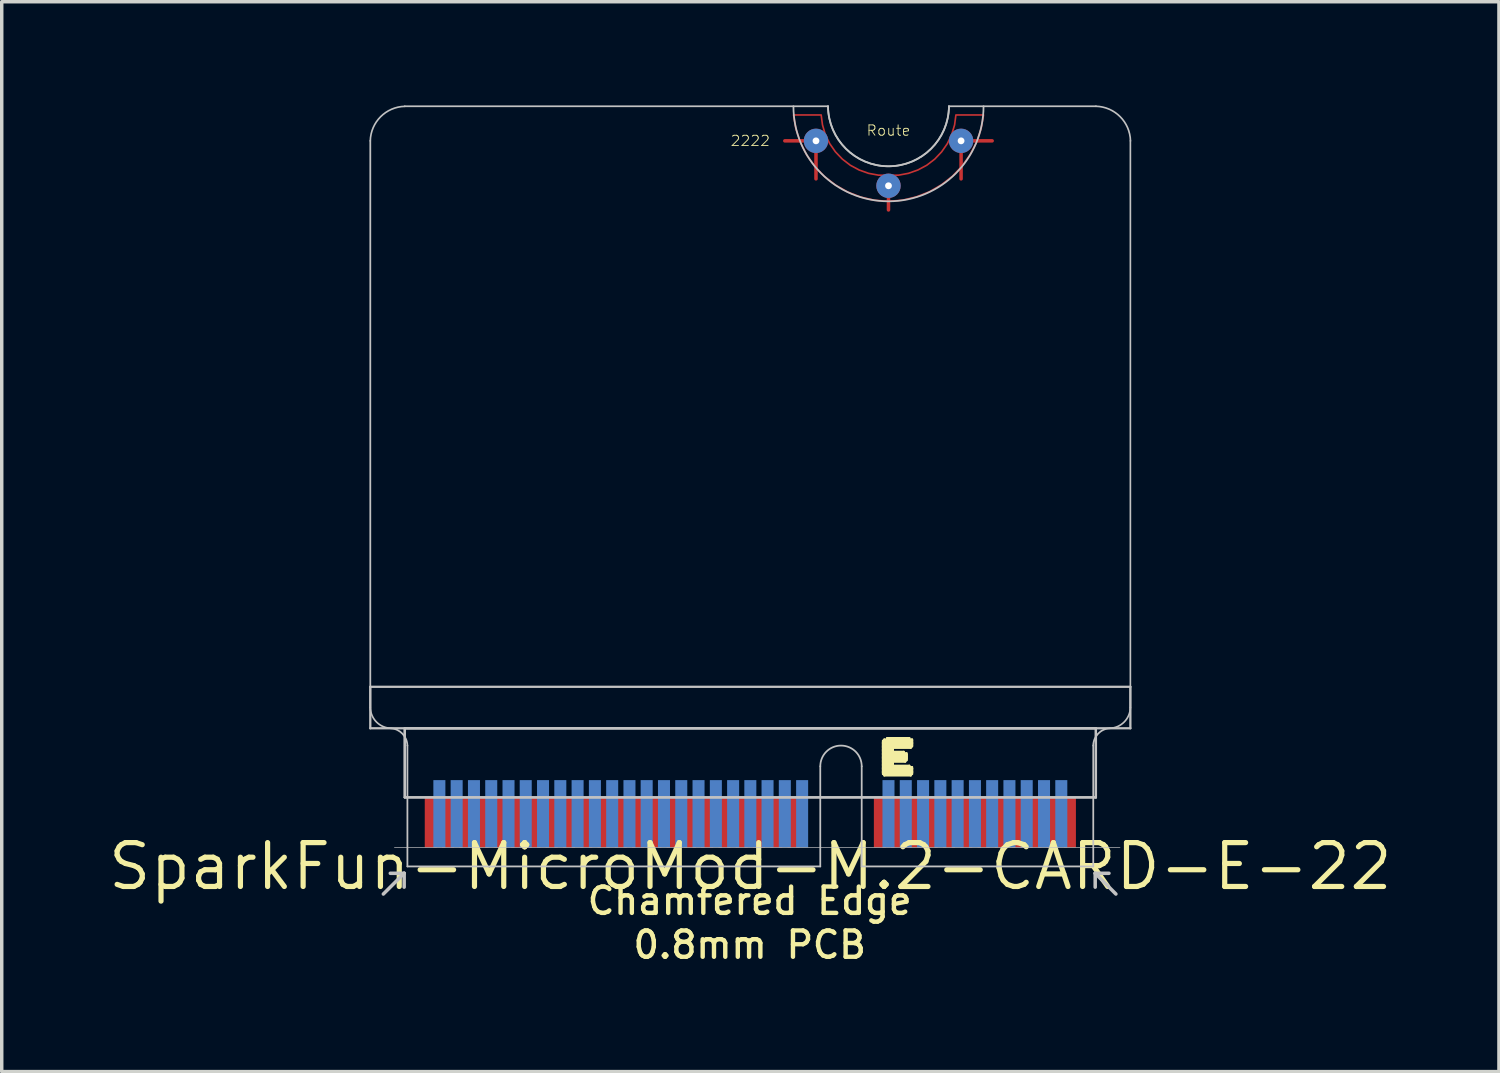
<source format=kicad_pcb>
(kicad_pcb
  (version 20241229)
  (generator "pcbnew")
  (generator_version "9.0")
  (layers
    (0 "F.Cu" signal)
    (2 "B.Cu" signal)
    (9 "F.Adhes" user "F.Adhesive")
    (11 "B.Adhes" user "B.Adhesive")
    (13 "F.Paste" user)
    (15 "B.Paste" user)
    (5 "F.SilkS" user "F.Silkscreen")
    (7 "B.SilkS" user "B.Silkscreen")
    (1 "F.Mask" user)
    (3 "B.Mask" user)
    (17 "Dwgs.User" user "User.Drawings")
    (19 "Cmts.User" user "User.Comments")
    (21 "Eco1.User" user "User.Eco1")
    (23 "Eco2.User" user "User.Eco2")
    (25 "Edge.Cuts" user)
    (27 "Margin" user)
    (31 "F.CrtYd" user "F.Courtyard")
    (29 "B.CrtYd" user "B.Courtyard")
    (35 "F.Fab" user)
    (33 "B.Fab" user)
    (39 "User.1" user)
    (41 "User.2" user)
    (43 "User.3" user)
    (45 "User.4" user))
  (footprint "SparkFun-MicroMod-M.2-CARD-E-22"
    (layer "F.Cu")
    (at 18.664 22.024)
    (property "Reference" "SparkFun-MicroMod-M.2-CARD-E-22" (at 0 0 0) (layer "F.SilkS") (effects (font (size 1.27 1.27) (thickness 0.15))))
    (attr smd)
    (fp_line (start 1.9 -20.998) (end 0.998 -20.998) (stroke (width 0.102) (type solid)) (layer "F.Cu"))
    (fp_line (start 1.9 -20.998) (end 1.9 -19.898) (stroke (width 0.102) (type solid)) (layer "F.Cu"))
    (fp_line (start 3.998 -19.698) (end 3.998 -18.999) (stroke (width 0.102) (type solid)) (layer "F.Cu"))
    (fp_line (start 6.099 -20.998) (end 6.099 -19.898) (stroke (width 0.102) (type solid)) (layer "F.Cu"))
    (fp_line (start 6.099 -20.998) (end 6.998 -20.998) (stroke (width 0.102) (type solid)) (layer "F.Cu"))
    (fp_poly (pts (xy 1.25 -21.747) (xy 2.05 -21.747) (xy 2.088 -21.46) (xy 2.169 -21.181) (xy 2.296 -20.919) (xy 2.461 -20.681) (xy 2.662 -20.47) (xy 2.893 -20.292) (xy 3.147 -20.155) (xy 3.421 -20.058) (xy 3.708 -20.005) (xy 3.998 -20) (xy 4.29 -20.005) (xy 4.575 -20.058) (xy 4.849 -20.155) (xy 5.105 -20.292) (xy 5.337 -20.47) (xy 5.537 -20.681) (xy 5.702 -20.919) (xy 5.827 -21.181) (xy 5.911 -21.46) (xy 5.949 -21.747) (xy 6.749 -21.747) (xy 6.678 -21.349) (xy 6.548 -20.963) (xy 6.363 -20.602) (xy 6.129 -20.269) (xy 5.85 -19.975) (xy 5.53 -19.726) (xy 5.177 -19.522) (xy 4.798 -19.375) (xy 4.404 -19.281) (xy 3.998 -19.248) (xy 3.594 -19.279) (xy 3.195 -19.37) (xy 2.817 -19.517) (xy 2.464 -19.718) (xy 2.141 -19.969) (xy 1.862 -20.264) (xy 1.628 -20.597) (xy 1.445 -20.96) (xy 1.318 -21.349) (xy 1.25 -21.747)) (stroke (width 0.048) (type solid)) (fill no) (layer "F.Cu"))
    (fp_poly (pts (xy 1.25 -21.999) (xy 2.248 -21.999) (xy 2.271 -21.725) (xy 2.334 -21.458) (xy 2.438 -21.204) (xy 2.583 -20.97) (xy 2.761 -20.762) (xy 2.969 -20.584) (xy 3.205 -20.439) (xy 3.457 -20.335) (xy 3.726 -20.269) (xy 3.998 -20.249) (xy 4.272 -20.269) (xy 4.539 -20.335) (xy 4.793 -20.439) (xy 5.027 -20.584) (xy 5.235 -20.762) (xy 5.415 -20.97) (xy 5.558 -21.204) (xy 5.664 -21.458) (xy 5.728 -21.725) (xy 5.748 -21.999) (xy 6.749 -21.999) (xy 6.721 -21.608) (xy 6.637 -21.224) (xy 6.5 -20.856) (xy 6.312 -20.513) (xy 6.078 -20.198) (xy 5.799 -19.921) (xy 5.486 -19.685) (xy 5.141 -19.497) (xy 4.773 -19.36) (xy 4.389 -19.276) (xy 3.998 -19.248) (xy 3.607 -19.276) (xy 3.223 -19.36) (xy 2.857 -19.497) (xy 2.512 -19.685) (xy 2.197 -19.921) (xy 1.92 -20.198) (xy 1.684 -20.513) (xy 1.496 -20.856) (xy 1.359 -21.224) (xy 1.278 -21.608) (xy 1.25 -21.999)) (stroke (width 0.048) (type solid)) (fill no) (layer "F.Mask"))
    (fp_poly (pts (xy 6.749 -21.999) (xy 5.748 -21.999) (xy 5.728 -21.725) (xy 5.664 -21.458) (xy 5.558 -21.204) (xy 5.415 -20.97) (xy 5.235 -20.762) (xy 5.027 -20.584) (xy 4.793 -20.439) (xy 4.539 -20.335) (xy 4.272 -20.269) (xy 3.998 -20.249) (xy 3.726 -20.269) (xy 3.457 -20.335) (xy 3.205 -20.439) (xy 2.969 -20.584) (xy 2.761 -20.762) (xy 2.583 -20.97) (xy 2.438 -21.204) (xy 2.334 -21.458) (xy 2.271 -21.725) (xy 2.248 -21.999) (xy 1.25 -21.999) (xy 1.278 -21.608) (xy 1.359 -21.224) (xy 1.496 -20.856) (xy 1.684 -20.513) (xy 1.92 -20.198) (xy 2.197 -19.921) (xy 2.512 -19.685) (xy 2.857 -19.497) (xy 3.223 -19.36) (xy 3.607 -19.276) (xy 3.998 -19.248) (xy 4.389 -19.276) (xy 4.773 -19.36) (xy 5.141 -19.497) (xy 5.486 -19.685) (xy 5.799 -19.921) (xy 6.078 -20.198) (xy 6.312 -20.513) (xy 6.5 -20.856) (xy 6.637 -21.224) (xy 6.721 -21.608) (xy 6.749 -21.999)) (stroke (width 0.048) (type solid)) (fill no) (layer "B.Mask"))
    (fp_line (start 3.84 -3.635) (end 4.679 -3.635) (stroke (width 0.066) (type solid)) (layer "F.SilkS"))
    (fp_line (start 3.84 -3.594) (end 3.84 -3.635) (stroke (width 0.066) (type solid)) (layer "F.SilkS"))
    (fp_line (start 3.84 -3.594) (end 4.679 -3.594) (stroke (width 0.066) (type solid)) (layer "F.SilkS"))
    (fp_line (start 3.84 -3.594) (end 4.679 -3.594) (stroke (width 0.066) (type solid)) (layer "F.SilkS"))
    (fp_line (start 3.84 -3.553) (end 3.84 -3.594) (stroke (width 0.066) (type solid)) (layer "F.SilkS"))
    (fp_line (start 3.84 -3.553) (end 4.679 -3.553) (stroke (width 0.066) (type solid)) (layer "F.SilkS"))
    (fp_line (start 3.84 -3.553) (end 4.679 -3.553) (stroke (width 0.066) (type solid)) (layer "F.SilkS"))
    (fp_line (start 3.84 -3.513) (end 3.84 -3.553) (stroke (width 0.066) (type solid)) (layer "F.SilkS"))
    (fp_line (start 3.84 -3.513) (end 4.679 -3.513) (stroke (width 0.066) (type solid)) (layer "F.SilkS"))
    (fp_line (start 3.84 -3.513) (end 4.679 -3.513) (stroke (width 0.066) (type solid)) (layer "F.SilkS"))
    (fp_line (start 3.84 -3.475) (end 3.84 -3.513) (stroke (width 0.066) (type solid)) (layer "F.SilkS"))
    (fp_line (start 3.84 -3.475) (end 4.641 -3.475) (stroke (width 0.066) (type solid)) (layer "F.SilkS"))
    (fp_line (start 3.84 -3.475) (end 4.679 -3.475) (stroke (width 0.066) (type solid)) (layer "F.SilkS"))
    (fp_line (start 3.84 -3.434) (end 3.84 -3.475) (stroke (width 0.066) (type solid)) (layer "F.SilkS"))
    (fp_line (start 3.84 -3.434) (end 4.12 -3.434) (stroke (width 0.066) (type solid)) (layer "F.SilkS"))
    (fp_line (start 3.84 -3.434) (end 4.641 -3.434) (stroke (width 0.066) (type solid)) (layer "F.SilkS"))
    (fp_line (start 3.84 -3.393) (end 3.84 -3.434) (stroke (width 0.066) (type solid)) (layer "F.SilkS"))
    (fp_line (start 3.84 -3.393) (end 4.12 -3.393) (stroke (width 0.066) (type solid)) (layer "F.SilkS"))
    (fp_line (start 3.84 -3.393) (end 4.12 -3.393) (stroke (width 0.066) (type solid)) (layer "F.SilkS"))
    (fp_line (start 3.84 -3.353) (end 3.84 -3.393) (stroke (width 0.066) (type solid)) (layer "F.SilkS"))
    (fp_line (start 3.84 -3.353) (end 4.12 -3.353) (stroke (width 0.066) (type solid)) (layer "F.SilkS"))
    (fp_line (start 3.84 -3.353) (end 4.12 -3.353) (stroke (width 0.066) (type solid)) (layer "F.SilkS"))
    (fp_line (start 3.84 -3.315) (end 3.84 -3.353) (stroke (width 0.066) (type solid)) (layer "F.SilkS"))
    (fp_line (start 3.84 -3.315) (end 4.12 -3.315) (stroke (width 0.066) (type solid)) (layer "F.SilkS"))
    (fp_line (start 3.84 -3.315) (end 4.44 -3.315) (stroke (width 0.066) (type solid)) (layer "F.SilkS"))
    (fp_line (start 3.84 -3.274) (end 3.84 -3.315) (stroke (width 0.066) (type solid)) (layer "F.SilkS"))
    (fp_line (start 3.84 -3.274) (end 4.44 -3.274) (stroke (width 0.066) (type solid)) (layer "F.SilkS"))
    (fp_line (start 3.84 -3.274) (end 4.519 -3.274) (stroke (width 0.066) (type solid)) (layer "F.SilkS"))
    (fp_line (start 3.84 -3.233) (end 3.84 -3.274) (stroke (width 0.066) (type solid)) (layer "F.SilkS"))
    (fp_line (start 3.84 -3.233) (end 4.519 -3.233) (stroke (width 0.066) (type solid)) (layer "F.SilkS"))
    (fp_line (start 3.84 -3.233) (end 4.519 -3.233) (stroke (width 0.066) (type solid)) (layer "F.SilkS"))
    (fp_line (start 3.84 -3.193) (end 3.84 -3.233) (stroke (width 0.066) (type solid)) (layer "F.SilkS"))
    (fp_line (start 3.84 -3.193) (end 4.519 -3.193) (stroke (width 0.066) (type solid)) (layer "F.SilkS"))
    (fp_line (start 3.84 -3.193) (end 4.519 -3.193) (stroke (width 0.066) (type solid)) (layer "F.SilkS"))
    (fp_line (start 3.84 -3.155) (end 3.84 -3.193) (stroke (width 0.066) (type solid)) (layer "F.SilkS"))
    (fp_line (start 3.84 -3.155) (end 4.519 -3.155) (stroke (width 0.066) (type solid)) (layer "F.SilkS"))
    (fp_line (start 3.84 -3.155) (end 4.519 -3.155) (stroke (width 0.066) (type solid)) (layer "F.SilkS"))
    (fp_line (start 3.84 -3.114) (end 3.84 -3.155) (stroke (width 0.066) (type solid)) (layer "F.SilkS"))
    (fp_line (start 3.84 -3.114) (end 4.519 -3.114) (stroke (width 0.066) (type solid)) (layer "F.SilkS"))
    (fp_line (start 3.84 -3.114) (end 4.519 -3.114) (stroke (width 0.066) (type solid)) (layer "F.SilkS"))
    (fp_line (start 3.84 -3.073) (end 3.84 -3.114) (stroke (width 0.066) (type solid)) (layer "F.SilkS"))
    (fp_line (start 3.84 -3.073) (end 4.481 -3.073) (stroke (width 0.066) (type solid)) (layer "F.SilkS"))
    (fp_line (start 3.84 -3.073) (end 4.519 -3.073) (stroke (width 0.066) (type solid)) (layer "F.SilkS"))
    (fp_line (start 3.84 -3.033) (end 3.84 -3.073) (stroke (width 0.066) (type solid)) (layer "F.SilkS"))
    (fp_line (start 3.84 -3.033) (end 4.12 -3.033) (stroke (width 0.066) (type solid)) (layer "F.SilkS"))
    (fp_line (start 3.84 -3.033) (end 4.481 -3.033) (stroke (width 0.066) (type solid)) (layer "F.SilkS"))
    (fp_line (start 3.84 -2.995) (end 3.84 -3.033) (stroke (width 0.066) (type solid)) (layer "F.SilkS"))
    (fp_line (start 3.84 -2.995) (end 4.12 -2.995) (stroke (width 0.066) (type solid)) (layer "F.SilkS"))
    (fp_line (start 3.84 -2.995) (end 4.12 -2.995) (stroke (width 0.066) (type solid)) (layer "F.SilkS"))
    (fp_line (start 3.84 -2.954) (end 3.84 -2.995) (stroke (width 0.066) (type solid)) (layer "F.SilkS"))
    (fp_line (start 3.84 -2.954) (end 4.12 -2.954) (stroke (width 0.066) (type solid)) (layer "F.SilkS"))
    (fp_line (start 3.84 -2.954) (end 4.12 -2.954) (stroke (width 0.066) (type solid)) (layer "F.SilkS"))
    (fp_line (start 3.84 -2.913) (end 3.84 -2.954) (stroke (width 0.066) (type solid)) (layer "F.SilkS"))
    (fp_line (start 3.84 -2.913) (end 4.12 -2.913) (stroke (width 0.066) (type solid)) (layer "F.SilkS"))
    (fp_line (start 3.84 -2.913) (end 4.6 -2.913) (stroke (width 0.066) (type solid)) (layer "F.SilkS"))
    (fp_line (start 3.84 -2.873) (end 3.84 -2.913) (stroke (width 0.066) (type solid)) (layer "F.SilkS"))
    (fp_line (start 3.84 -2.873) (end 4.6 -2.873) (stroke (width 0.066) (type solid)) (layer "F.SilkS"))
    (fp_line (start 3.84 -2.873) (end 4.679 -2.873) (stroke (width 0.066) (type solid)) (layer "F.SilkS"))
    (fp_line (start 3.84 -2.835) (end 3.84 -2.873) (stroke (width 0.066) (type solid)) (layer "F.SilkS"))
    (fp_line (start 3.84 -2.835) (end 4.679 -2.835) (stroke (width 0.066) (type solid)) (layer "F.SilkS"))
    (fp_line (start 3.84 -2.835) (end 4.679 -2.835) (stroke (width 0.066) (type solid)) (layer "F.SilkS"))
    (fp_line (start 3.84 -2.794) (end 3.84 -2.835) (stroke (width 0.066) (type solid)) (layer "F.SilkS"))
    (fp_line (start 3.84 -2.794) (end 4.679 -2.794) (stroke (width 0.066) (type solid)) (layer "F.SilkS"))
    (fp_line (start 3.84 -2.794) (end 4.679 -2.794) (stroke (width 0.066) (type solid)) (layer "F.SilkS"))
    (fp_line (start 3.84 -2.753) (end 3.84 -2.794) (stroke (width 0.066) (type solid)) (layer "F.SilkS"))
    (fp_line (start 3.84 -2.753) (end 4.679 -2.753) (stroke (width 0.066) (type solid)) (layer "F.SilkS"))
    (fp_line (start 3.84 -2.753) (end 4.679 -2.753) (stroke (width 0.066) (type solid)) (layer "F.SilkS"))
    (fp_line (start 3.84 -2.713) (end 3.84 -2.753) (stroke (width 0.066) (type solid)) (layer "F.SilkS"))
    (fp_line (start 3.84 -2.713) (end 4.679 -2.713) (stroke (width 0.066) (type solid)) (layer "F.SilkS"))
    (fp_line (start 3.84 -2.713) (end 4.679 -2.713) (stroke (width 0.066) (type solid)) (layer "F.SilkS"))
    (fp_line (start 3.84 -2.675) (end 3.84 -2.713) (stroke (width 0.066) (type solid)) (layer "F.SilkS"))
    (fp_line (start 3.84 -2.675) (end 4.679 -2.675) (stroke (width 0.066) (type solid)) (layer "F.SilkS"))
    (fp_line (start 3.879 -3.673) (end 4.679 -3.673) (stroke (width 0.066) (type solid)) (layer "F.SilkS"))
    (fp_line (start 3.879 -3.635) (end 3.879 -3.673) (stroke (width 0.066) (type solid)) (layer "F.SilkS"))
    (fp_line (start 3.879 -3.635) (end 4.679 -3.635) (stroke (width 0.066) (type solid)) (layer "F.SilkS"))
    (fp_line (start 3.879 -2.675) (end 4.641 -2.675) (stroke (width 0.066) (type solid)) (layer "F.SilkS"))
    (fp_line (start 3.879 -2.634) (end 3.879 -2.675) (stroke (width 0.066) (type solid)) (layer "F.SilkS"))
    (fp_line (start 3.879 -2.634) (end 4.641 -2.634) (stroke (width 0.066) (type solid)) (layer "F.SilkS"))
    (fp_line (start 3.96 -3.713) (end 4.6 -3.713) (stroke (width 0.066) (type solid)) (layer "F.SilkS"))
    (fp_line (start 3.96 -3.673) (end 3.96 -3.713) (stroke (width 0.066) (type solid)) (layer "F.SilkS"))
    (fp_line (start 3.96 -3.673) (end 4.6 -3.673) (stroke (width 0.066) (type solid)) (layer "F.SilkS"))
    (fp_line (start 4.12 -3.393) (end 4.12 -3.434) (stroke (width 0.066) (type solid)) (layer "F.SilkS"))
    (fp_line (start 4.12 -3.353) (end 4.12 -3.393) (stroke (width 0.066) (type solid)) (layer "F.SilkS"))
    (fp_line (start 4.12 -3.315) (end 4.12 -3.353) (stroke (width 0.066) (type solid)) (layer "F.SilkS"))
    (fp_line (start 4.12 -2.995) (end 4.12 -3.033) (stroke (width 0.066) (type solid)) (layer "F.SilkS"))
    (fp_line (start 4.12 -2.954) (end 4.12 -2.995) (stroke (width 0.066) (type solid)) (layer "F.SilkS"))
    (fp_line (start 4.12 -2.913) (end 4.12 -2.954) (stroke (width 0.066) (type solid)) (layer "F.SilkS"))
    (fp_line (start 4.44 -3.274) (end 4.44 -3.315) (stroke (width 0.066) (type solid)) (layer "F.SilkS"))
    (fp_line (start 4.481 -3.033) (end 4.481 -3.073) (stroke (width 0.066) (type solid)) (layer "F.SilkS"))
    (fp_line (start 4.519 -3.233) (end 4.519 -3.274) (stroke (width 0.066) (type solid)) (layer "F.SilkS"))
    (fp_line (start 4.519 -3.193) (end 4.519 -3.233) (stroke (width 0.066) (type solid)) (layer "F.SilkS"))
    (fp_line (start 4.519 -3.155) (end 4.519 -3.193) (stroke (width 0.066) (type solid)) (layer "F.SilkS"))
    (fp_line (start 4.519 -3.114) (end 4.519 -3.155) (stroke (width 0.066) (type solid)) (layer "F.SilkS"))
    (fp_line (start 4.519 -3.073) (end 4.519 -3.114) (stroke (width 0.066) (type solid)) (layer "F.SilkS"))
    (fp_line (start 4.6 -3.673) (end 4.6 -3.713) (stroke (width 0.066) (type solid)) (layer "F.SilkS"))
    (fp_line (start 4.6 -2.873) (end 4.6 -2.913) (stroke (width 0.066) (type solid)) (layer "F.SilkS"))
    (fp_line (start 4.641 -3.434) (end 4.641 -3.475) (stroke (width 0.066) (type solid)) (layer "F.SilkS"))
    (fp_line (start 4.641 -2.634) (end 4.641 -2.675) (stroke (width 0.066) (type solid)) (layer "F.SilkS"))
    (fp_line (start 4.679 -3.635) (end 4.679 -3.673) (stroke (width 0.066) (type solid)) (layer "F.SilkS"))
    (fp_line (start 4.679 -3.594) (end 4.679 -3.635) (stroke (width 0.066) (type solid)) (layer "F.SilkS"))
    (fp_line (start 4.679 -3.553) (end 4.679 -3.594) (stroke (width 0.066) (type solid)) (layer "F.SilkS"))
    (fp_line (start 4.679 -3.513) (end 4.679 -3.553) (stroke (width 0.066) (type solid)) (layer "F.SilkS"))
    (fp_line (start 4.679 -3.475) (end 4.679 -3.513) (stroke (width 0.066) (type solid)) (layer "F.SilkS"))
    (fp_line (start 4.679 -2.835) (end 4.679 -2.873) (stroke (width 0.066) (type solid)) (layer "F.SilkS"))
    (fp_line (start 4.679 -2.794) (end 4.679 -2.835) (stroke (width 0.066) (type solid)) (layer "F.SilkS"))
    (fp_line (start 4.679 -2.753) (end 4.679 -2.794) (stroke (width 0.066) (type solid)) (layer "F.SilkS"))
    (fp_line (start 4.679 -2.713) (end 4.679 -2.753) (stroke (width 0.066) (type solid)) (layer "F.SilkS"))
    (fp_line (start 4.679 -2.675) (end 4.679 -2.713) (stroke (width 0.066) (type solid)) (layer "F.SilkS"))
    (fp_line (start 1.9 -20.998) (end 0.998 -20.998) (stroke (width 0.102) (type solid)) (layer "B.Adhes"))
    (fp_line (start 1.9 -20.998) (end 1.9 -19.898) (stroke (width 0.102) (type solid)) (layer "B.Adhes"))
    (fp_line (start 3.998 -19.698) (end 3.998 -18.999) (stroke (width 0.102) (type solid)) (layer "B.Adhes"))
    (fp_line (start 6.099 -20.998) (end 6.099 -19.898) (stroke (width 0.102) (type solid)) (layer "B.Adhes"))
    (fp_line (start 6.099 -20.998) (end 6.998 -20.998) (stroke (width 0.102) (type solid)) (layer "B.Adhes"))
    (fp_poly (pts (xy 6.749 -21.747) (xy 5.949 -21.747) (xy 5.911 -21.46) (xy 5.827 -21.181) (xy 5.702 -20.919) (xy 5.537 -20.681) (xy 5.337 -20.47) (xy 5.105 -20.292) (xy 4.849 -20.155) (xy 4.575 -20.058) (xy 4.29 -20.005) (xy 3.998 -20) (xy 3.708 -20.005) (xy 3.421 -20.058) (xy 3.147 -20.155) (xy 2.893 -20.292) (xy 2.662 -20.47) (xy 2.461 -20.681) (xy 2.296 -20.919) (xy 2.169 -21.181) (xy 2.088 -21.46) (xy 2.05 -21.747) (xy 1.25 -21.747) (xy 1.321 -21.349) (xy 1.45 -20.963) (xy 1.633 -20.602) (xy 1.867 -20.269) (xy 2.149 -19.975) (xy 2.466 -19.726) (xy 2.819 -19.522) (xy 3.198 -19.375) (xy 3.594 -19.281) (xy 3.998 -19.248) (xy 4.404 -19.279) (xy 4.801 -19.37) (xy 5.182 -19.517) (xy 5.535 -19.718) (xy 5.855 -19.969) (xy 6.137 -20.264) (xy 6.37 -20.597) (xy 6.553 -20.96) (xy 6.68 -21.349) (xy 6.749 -21.747)) (stroke (width 0.048) (type solid)) (fill no) (layer "B.Adhes"))
    (fp_line (start -10.998 -20.998) (end -10.998 -4.6) (stroke (width 0.051) (type solid)) (layer "Dwgs.User"))
    (fp_line (start -10.998 -5.199) (end -10.998 -3.998) (stroke (width 0.066) (type solid)) (layer "Dwgs.User"))
    (fp_line (start -10.62 0.798) (end -10.018 0.198) (stroke (width 0.102) (type solid)) (layer "Dwgs.User"))
    (fp_line (start -10.3 -0.549) (end 10.698 -0.549) (stroke (width 0.018) (type solid)) (layer "Dwgs.User"))
    (fp_line (start -10.018 0.198) (end -10.419 0.198) (stroke (width 0.102) (type solid)) (layer "Dwgs.User"))
    (fp_line (start -10.018 0.198) (end -10.018 0.599) (stroke (width 0.102) (type solid)) (layer "Dwgs.User"))
    (fp_line (start -10 -3.998) (end -10 -1.999) (stroke (width 0.066) (type solid)) (layer "Dwgs.User"))
    (fp_line (start -10 -3.998) (end -10 -1.999) (stroke (width 0.066) (type solid)) (layer "Dwgs.User"))
    (fp_line (start -9.924 0) (end -9.924 -3.498) (stroke (width 0.051) (type solid)) (layer "Dwgs.User"))
    (fp_line (start 2.024 -2.898) (end 2.024 0) (stroke (width 0.051) (type solid)) (layer "Dwgs.User"))
    (fp_line (start 2.024 0) (end -9.924 0) (stroke (width 0.051) (type solid)) (layer "Dwgs.User"))
    (fp_line (start 2.248 -21.999) (end -10 -21.999) (stroke (width 0.051) (type solid)) (layer "Dwgs.User"))
    (fp_line (start 3.223 -2.898) (end 3.223 0) (stroke (width 0.051) (type solid)) (layer "Dwgs.User"))
    (fp_line (start 9.924 -3.498) (end 9.924 0) (stroke (width 0.051) (type solid)) (layer "Dwgs.User"))
    (fp_line (start 9.924 0) (end 3.223 0) (stroke (width 0.051) (type solid)) (layer "Dwgs.User"))
    (fp_line (start 9.98 0.198) (end 9.98 0.599) (stroke (width 0.102) (type solid)) (layer "Dwgs.User"))
    (fp_line (start 9.98 0.198) (end 10.378 0.198) (stroke (width 0.102) (type solid)) (layer "Dwgs.User"))
    (fp_line (start 10 -21.999) (end 5.748 -21.999) (stroke (width 0.051) (type solid)) (layer "Dwgs.User"))
    (fp_line (start 10 -3.998) (end -10 -3.998) (stroke (width 0.066) (type solid)) (layer "Dwgs.User"))
    (fp_line (start 10 -3.998) (end -10 -3.998) (stroke (width 0.066) (type solid)) (layer "Dwgs.User"))
    (fp_line (start 10 -3.998) (end 10 -1.999) (stroke (width 0.066) (type solid)) (layer "Dwgs.User"))
    (fp_line (start 10 -3.998) (end 10 -1.999) (stroke (width 0.066) (type solid)) (layer "Dwgs.User"))
    (fp_line (start 10 -1.999) (end -10 -1.999) (stroke (width 0.066) (type solid)) (layer "Dwgs.User"))
    (fp_line (start 10 -1.999) (end -10 -1.999) (stroke (width 0.066) (type solid)) (layer "Dwgs.User"))
    (fp_line (start 10.579 0.798) (end 9.98 0.198) (stroke (width 0.102) (type solid)) (layer "Dwgs.User"))
    (fp_line (start 10.998 -20.998) (end 10.998 -4.6) (stroke (width 0.048) (type solid)) (layer "Dwgs.User"))
    (fp_line (start 10.998 -5.199) (end -10.998 -5.199) (stroke (width 0.066) (type solid)) (layer "Dwgs.User"))
    (fp_line (start 10.998 -5.199) (end 10.998 -3.998) (stroke (width 0.066) (type solid)) (layer "Dwgs.User"))
    (fp_line (start 10.998 -3.998) (end -10.998 -3.998) (stroke (width 0.066) (type solid)) (layer "Dwgs.User"))
    (fp_arc (start -10.9982 -20.99818) (mid -10.69834 -21.697082) (end -9.999214 -21.996419) (stroke (width 0.04826) (type solid)) (layer "Dwgs.User"))
    (fp_arc (start -10.39876 -3.99796) (mid -10.817602 -4.178559) (end -10.9982 -4.597401) (stroke (width 0.04826) (type solid)) (layer "Dwgs.User"))
    (fp_arc (start -10.39876 -3.99796) (mid -10.0665 -3.839631) (end -9.924932 -3.49989) (stroke (width 0.0508) (type solid)) (layer "Dwgs.User"))
    (fp_arc (start 2.02438 -2.89814) (mid 2.62382 -3.49758) (end 3.22326 -2.89814) (stroke (width 0.0508) (type solid)) (layer "Dwgs.User"))
    (fp_arc (start 5.74802 -21.99894) (mid 3.99796 -20.24888) (end 2.2479 -21.99894) (stroke (width 0.0508) (type solid)) (layer "Dwgs.User"))
    (fp_arc (start 5.74802 -21.99894) (mid 3.99796 -20.24888) (end 2.2479 -21.99894) (stroke (width 0.0508) (type solid)) (layer "Dwgs.User"))
    (fp_arc (start 6.74878 -21.99894) (mid 3.99796 -19.24812) (end 1.24714 -21.99894) (stroke (width 0.0508) (type solid)) (layer "Dwgs.User"))
    (fp_arc (start 9.92378 -3.49758) (mid 10.062753 -3.84017) (end 10.396526 -3.999156) (stroke (width 0.0508) (type solid)) (layer "Dwgs.User"))
    (fp_arc (start 9.99998 -21.99894) (mid 10.700634 -21.69838) (end 11.000756 -20.997538) (stroke (width 0.04826) (type solid)) (layer "Dwgs.User"))
    (fp_arc (start 10.9982 -4.59994) (mid 10.819345 -4.180405) (end 10.401295 -3.998106) (stroke (width 0.04826) (type solid)) (layer "Dwgs.User"))
    (fp_text user "2222" (at 0 -20.998 180) (layer "F.SilkS") (effects (font (size 0.3 0.3) (thickness 0.025))))
    (fp_text user "Route\n" (at 3.998 -21.298 0) (layer "F.SilkS") (effects (font (size 0.3 0.3) (thickness 0.025))))
    (fp_text user "Chamfered Edge" (at -0.018 0.998 180) (layer "F.SilkS") (effects (font (size 0.762 0.762) (thickness 0.127))))
    (fp_text user "0.8mm PCB" (at -0.018 2.268 180) (layer "F.SilkS") (effects (font (size 0.762 0.762) (thickness 0.127))))
    (pad "1" smd rect (at 9.248 -1.273 180) (size 0.348 1.448) (layers "F.Cu" "F.Mask" "F.Paste"))
    (pad "2" smd rect (at 8.999 -1.524) (size 0.348 1.948) (layers "B.Cu" "B.Mask"))
    (pad "3" smd rect (at 8.748 -1.273 180) (size 0.348 1.448) (layers "F.Cu" "F.Mask" "F.Paste"))
    (pad "4" smd rect (at 8.499 -1.524) (size 0.348 1.948) (layers "B.Cu" "B.Mask"))
    (pad "5" smd rect (at 8.25 -1.273 180) (size 0.348 1.448) (layers "F.Cu" "F.Mask" "F.Paste"))
    (pad "6" smd rect (at 7.998 -1.524) (size 0.348 1.948) (layers "B.Cu" "B.Mask"))
    (pad "7" smd rect (at 7.75 -1.273 180) (size 0.348 1.448) (layers "F.Cu" "F.Mask" "F.Paste"))
    (pad "8" smd rect (at 7.498 -1.524) (size 0.348 1.948) (layers "B.Cu" "B.Mask"))
    (pad "9" smd rect (at 7.249 -1.273 180) (size 0.348 1.448) (layers "F.Cu" "F.Mask" "F.Paste"))
    (pad "10" smd rect (at 6.998 -1.524) (size 0.348 1.948) (layers "B.Cu" "B.Mask"))
    (pad "11" smd rect (at 6.749 -1.273 180) (size 0.348 1.448) (layers "F.Cu" "F.Mask" "F.Paste"))
    (pad "12" smd rect (at 6.5 -1.524) (size 0.348 1.948) (layers "B.Cu" "B.Mask"))
    (pad "13" smd rect (at 6.248 -1.273 180) (size 0.348 1.448) (layers "F.Cu" "F.Mask" "F.Paste"))
    (pad "14" smd rect (at 5.999 -1.524) (size 0.348 1.948) (layers "B.Cu" "B.Mask"))
    (pad "15" smd rect (at 5.748 -1.273 180) (size 0.348 1.448) (layers "F.Cu" "F.Mask" "F.Paste"))
    (pad "16" smd rect (at 5.499 -1.524) (size 0.348 1.948) (layers "B.Cu" "B.Mask"))
    (pad "17" smd rect (at 5.248 -1.273 180) (size 0.348 1.448) (layers "F.Cu" "F.Mask" "F.Paste"))
    (pad "18" smd rect (at 4.999 -1.524) (size 0.348 1.948) (layers "B.Cu" "B.Mask"))
    (pad "19" smd rect (at 4.75 -1.273 180) (size 0.348 1.448) (layers "F.Cu" "F.Mask" "F.Paste"))
    (pad "20" smd rect (at 4.498 -1.524) (size 0.348 1.948) (layers "B.Cu" "B.Mask"))
    (pad "21" smd rect (at 4.249 -1.273 180) (size 0.348 1.448) (layers "F.Cu" "F.Mask" "F.Paste"))
    (pad "22" smd rect (at 3.998 -1.524) (size 0.348 1.948) (layers "B.Cu" "B.Mask"))
    (pad "23" smd rect (at 3.749 -1.273 180) (size 0.348 1.448) (layers "F.Cu" "F.Mask" "F.Paste"))
    (pad "32" smd rect (at 1.499 -1.524) (size 0.348 1.948) (layers "B.Cu" "B.Mask"))
    (pad "33" smd rect (at 1.25 -1.273 180) (size 0.348 1.448) (layers "F.Cu" "F.Mask" "F.Paste"))
    (pad "34" smd rect (at 0.998 -1.524) (size 0.348 1.948) (layers "B.Cu" "B.Mask"))
    (pad "35" smd rect (at 0.749 -1.273 180) (size 0.348 1.448) (layers "F.Cu" "F.Mask" "F.Paste"))
    (pad "36" smd rect (at 0.498 -1.524) (size 0.348 1.948) (layers "B.Cu" "B.Mask"))
    (pad "37" smd rect (at 0.249 -1.273 180) (size 0.348 1.448) (layers "F.Cu" "F.Mask" "F.Paste"))
    (pad "38" smd rect (at 0 -1.524) (size 0.348 1.948) (layers "B.Cu" "B.Mask"))
    (pad "39" smd rect (at -0.249 -1.273 180) (size 0.348 1.448) (layers "F.Cu" "F.Mask" "F.Paste"))
    (pad "40" smd rect (at -0.498 -1.524) (size 0.348 1.948) (layers "B.Cu" "B.Mask"))
    (pad "41" smd rect (at -0.749 -1.273 180) (size 0.348 1.448) (layers "F.Cu" "F.Mask" "F.Paste"))
    (pad "42" smd rect (at -0.998 -1.524) (size 0.348 1.948) (layers "B.Cu" "B.Mask"))
    (pad "43" smd rect (at -1.25 -1.273 180) (size 0.348 1.448) (layers "F.Cu" "F.Mask" "F.Paste"))
    (pad "44" smd rect (at -1.499 -1.524) (size 0.348 1.948) (layers "B.Cu" "B.Mask"))
    (pad "45" smd rect (at -1.748 -1.273 180) (size 0.348 1.448) (layers "F.Cu" "F.Mask" "F.Paste"))
    (pad "46" smd rect (at -1.999 -1.524) (size 0.348 1.948) (layers "B.Cu" "B.Mask"))
    (pad "47" smd rect (at -2.248 -1.273 180) (size 0.348 1.448) (layers "F.Cu" "F.Mask" "F.Paste"))
    (pad "48" smd rect (at -2.499 -1.524) (size 0.348 1.948) (layers "B.Cu" "B.Mask"))
    (pad "49" smd rect (at -2.748 -1.273 180) (size 0.348 1.448) (layers "F.Cu" "F.Mask" "F.Paste"))
    (pad "50" smd rect (at -3 -1.524) (size 0.348 1.948) (layers "B.Cu" "B.Mask"))
    (pad "51" smd rect (at -3.249 -1.273 180) (size 0.348 1.448) (layers "F.Cu" "F.Mask" "F.Paste"))
    (pad "52" smd rect (at -3.498 -1.524) (size 0.348 1.948) (layers "B.Cu" "B.Mask"))
    (pad "53" smd rect (at -3.749 -1.273 180) (size 0.348 1.448) (layers "F.Cu" "F.Mask" "F.Paste"))
    (pad "54" smd rect (at -3.998 -1.524) (size 0.348 1.948) (layers "B.Cu" "B.Mask"))
    (pad "55" smd rect (at -4.249 -1.273 180) (size 0.348 1.448) (layers "F.Cu" "F.Mask" "F.Paste"))
    (pad "56" smd rect (at -4.498 -1.524) (size 0.348 1.948) (layers "B.Cu" "B.Mask"))
    (pad "57" smd rect (at -4.75 -1.273 180) (size 0.348 1.448) (layers "F.Cu" "F.Mask" "F.Paste"))
    (pad "58" smd rect (at -4.999 -1.524) (size 0.348 1.948) (layers "B.Cu" "B.Mask"))
    (pad "59" smd rect (at -5.248 -1.273 180) (size 0.348 1.448) (layers "F.Cu" "F.Mask" "F.Paste"))
    (pad "60" smd rect (at -5.499 -1.524) (size 0.348 1.948) (layers "B.Cu" "B.Mask"))
    (pad "61" smd rect (at -5.748 -1.273 180) (size 0.348 1.448) (layers "F.Cu" "F.Mask" "F.Paste"))
    (pad "62" smd rect (at -5.999 -1.524) (size 0.348 1.948) (layers "B.Cu" "B.Mask"))
    (pad "63" smd rect (at -6.248 -1.273 180) (size 0.348 1.448) (layers "F.Cu" "F.Mask" "F.Paste"))
    (pad "64" smd rect (at -6.5 -1.524) (size 0.348 1.948) (layers "B.Cu" "B.Mask"))
    (pad "65" smd rect (at -6.749 -1.273 180) (size 0.348 1.448) (layers "F.Cu" "F.Mask" "F.Paste"))
    (pad "66" smd rect (at -6.998 -1.524) (size 0.348 1.948) (layers "B.Cu" "B.Mask"))
    (pad "67" smd rect (at -7.249 -1.273 180) (size 0.348 1.448) (layers "F.Cu" "F.Mask" "F.Paste"))
    (pad "68" smd rect (at -7.498 -1.524) (size 0.348 1.948) (layers "B.Cu" "B.Mask"))
    (pad "69" smd rect (at -7.75 -1.273 180) (size 0.348 1.448) (layers "F.Cu" "F.Mask" "F.Paste"))
    (pad "70" smd rect (at -7.998 -1.524) (size 0.348 1.948) (layers "B.Cu" "B.Mask"))
    (pad "71" smd rect (at -8.25 -1.273 180) (size 0.348 1.448) (layers "F.Cu" "F.Mask" "F.Paste"))
    (pad "72" smd rect (at -8.499 -1.524) (size 0.348 1.948) (layers "B.Cu" "B.Mask"))
    (pad "73" smd rect (at -8.748 -1.273 180) (size 0.348 1.448) (layers "F.Cu" "F.Mask" "F.Paste"))
    (pad "74" smd rect (at -8.999 -1.524) (size 0.348 1.948) (layers "B.Cu" "B.Mask"))
    (pad "75" smd rect (at -9.248 -1.273 180) (size 0.348 1.448) (layers "F.Cu" "F.Mask" "F.Paste"))
    (pad "GND1" thru_hole circle (at 1.9 -20.998) (size 0.706 0.706) (drill 0.198) (layers "*.Cu" "*.Paste" "*.Mask"))
    (pad "GND2" thru_hole circle (at 3.998 -19.698) (size 0.706 0.706) (drill 0.198) (layers "*.Cu" "*.Paste" "*.Mask"))
    (pad "GND3" thru_hole circle (at 6.099 -20.998) (size 0.706 0.706) (drill 0.198) (layers "*.Cu" "*.Paste" "*.Mask")))
  (gr_rect
    (start -3 -3)
    (end 40.328 27.961)
    (stroke (width 0.1) (type default))
    (fill no)
    (layer "Edge.Cuts")))
</source>
